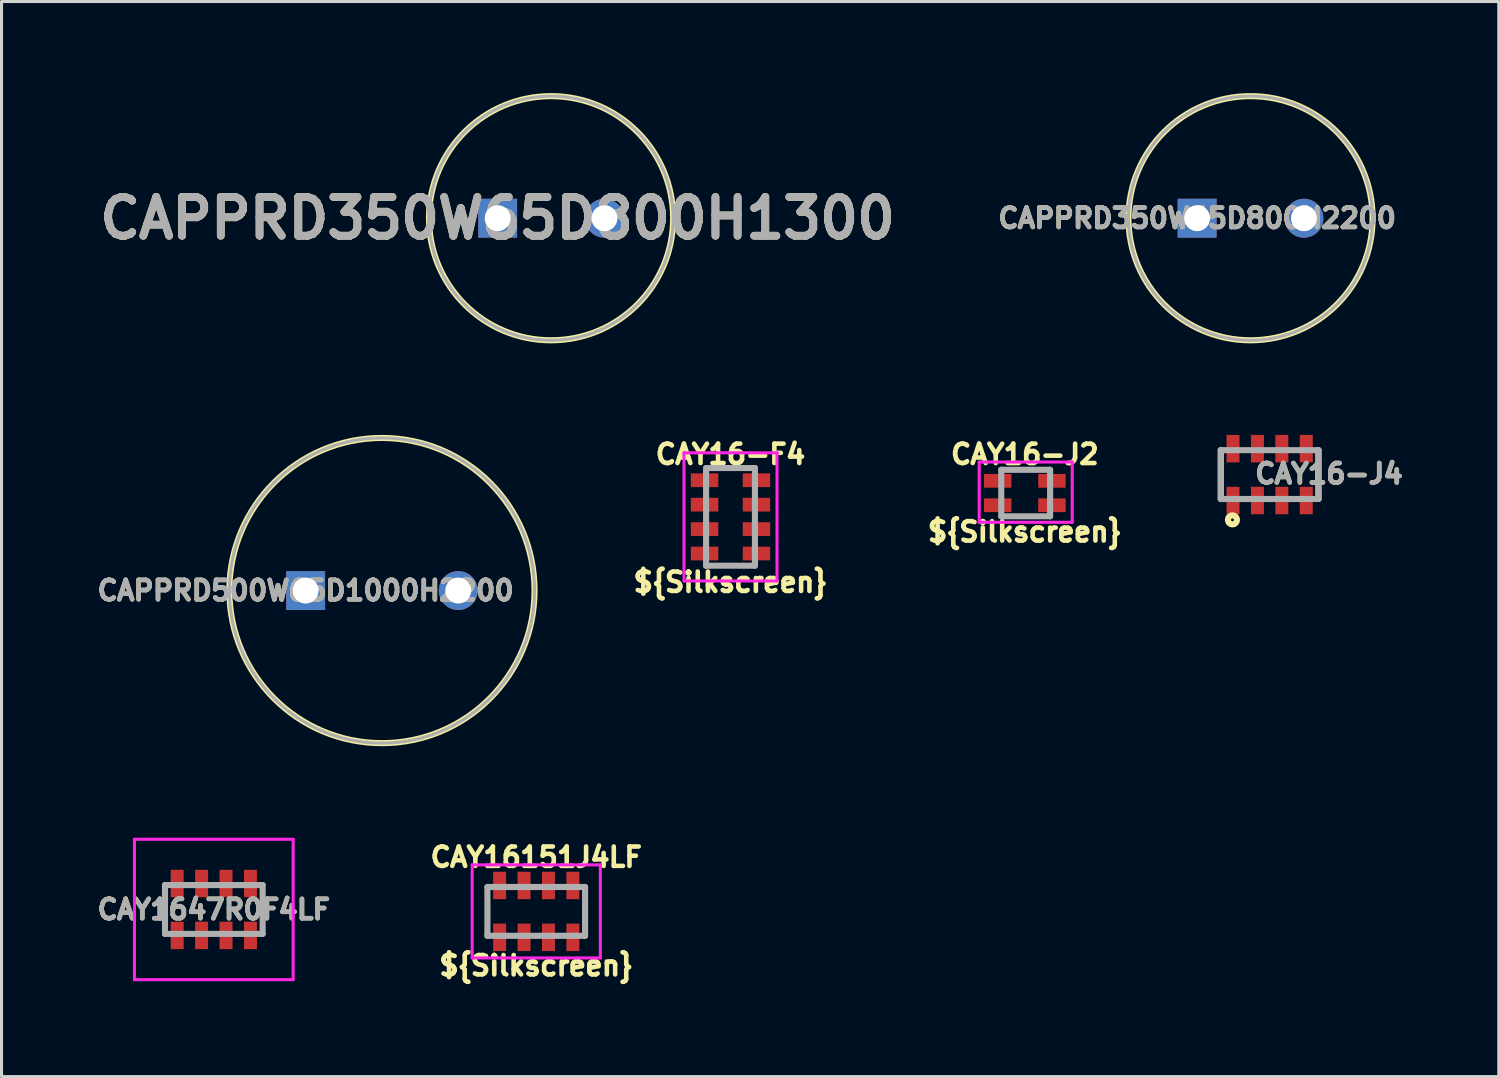
<source format=kicad_pcb>
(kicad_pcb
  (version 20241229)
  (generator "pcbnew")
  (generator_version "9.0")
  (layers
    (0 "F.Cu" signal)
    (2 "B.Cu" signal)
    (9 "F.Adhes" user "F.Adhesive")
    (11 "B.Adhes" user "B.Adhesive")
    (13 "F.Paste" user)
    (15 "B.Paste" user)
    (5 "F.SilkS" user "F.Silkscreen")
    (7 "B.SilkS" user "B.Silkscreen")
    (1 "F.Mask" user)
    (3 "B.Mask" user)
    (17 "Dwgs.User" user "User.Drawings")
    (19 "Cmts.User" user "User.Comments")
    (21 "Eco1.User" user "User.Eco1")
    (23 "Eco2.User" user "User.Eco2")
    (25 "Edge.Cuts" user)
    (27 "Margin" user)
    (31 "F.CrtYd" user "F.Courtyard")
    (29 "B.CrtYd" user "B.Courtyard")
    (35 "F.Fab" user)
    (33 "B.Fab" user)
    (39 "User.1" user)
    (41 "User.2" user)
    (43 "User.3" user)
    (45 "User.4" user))
  (footprint "CAPPRD500W65D1000H2200"
    (layer "F.Cu")
    (at 6.965 16.3)
    (property "Reference" "CAPPRD500W65D1000H2200" (at 0 0 0) (layer "F.SilkS") (effects (font (size 0.635 0.635) (thickness 0.15))))
    (attr through_hole)
    (fp_circle (center 2.5 0) (end 2.5 5) (stroke (width 0.2) (type solid)) (fill no) (layer "F.SilkS"))
    (fp_circle (center 2.5 0) (end 2.5 5) (stroke (width 0.1) (type solid)) (fill no) (layer "F.Fab"))
    (fp_text user "${REFERENCE}" (at 0 0 0) (layer "F.Fab") (effects (font (size 0.635 0.635) (thickness 0.15))))
    (pad "1" thru_hole rect (at 0 0) (size 1.275 1.275) (drill 0.85) (layers "*.Cu" "*.Mask"))
    (pad "2" thru_hole circle (at 5 0) (size 1.275 1.275) (drill 0.85) (layers "*.Cu" "*.Mask")))
  (footprint "CAY1647R0F4LF"
    (layer "F.Cu")
    (at 3.956 26.75)
    (property "Reference" "CAY1647R0F4LF" (at 0 0 0) (layer "F.SilkS") (effects (font (size 0.635 0.635) (thickness 0.15))))
    (attr smd)
    (fp_line (start -1.6 -0.85) (end -1.6 0.8) (stroke (width 0.1) (type solid)) (layer "F.SilkS"))
    (fp_line (start 1.6 -0.85) (end 1.6 0.8) (stroke (width 0.1) (type solid)) (layer "F.SilkS"))
    (fp_line (start -2.6 -2.3) (end 2.6 -2.3) (stroke (width 0.1) (type solid)) (layer "F.CrtYd"))
    (fp_line (start -2.6 2.3) (end -2.6 -2.3) (stroke (width 0.1) (type solid)) (layer "F.CrtYd"))
    (fp_line (start 2.6 -2.3) (end 2.6 2.3) (stroke (width 0.1) (type solid)) (layer "F.CrtYd"))
    (fp_line (start 2.6 2.3) (end -2.6 2.3) (stroke (width 0.1) (type solid)) (layer "F.CrtYd"))
    (fp_line (start -1.6 -0.8) (end 1.6 -0.8) (stroke (width 0.2) (type solid)) (layer "F.Fab"))
    (fp_line (start -1.6 0.8) (end -1.6 -0.8) (stroke (width 0.2) (type solid)) (layer "F.Fab"))
    (fp_line (start 1.6 -0.8) (end 1.6 0.8) (stroke (width 0.2) (type solid)) (layer "F.Fab"))
    (fp_line (start 1.6 0.8) (end -1.6 0.8) (stroke (width 0.2) (type solid)) (layer "F.Fab"))
    (fp_text user "${REFERENCE}" (at 0 0 0) (layer "F.Fab") (effects (font (size 0.635 0.635) (thickness 0.15))))
    (pad "1" smd rect (at -1.2 0.85) (size 0.425 0.9) (layers "F.Cu" "F.Mask" "F.Paste"))
    (pad "2" smd rect (at -0.4 0.85) (size 0.425 0.9) (layers "F.Cu" "F.Mask" "F.Paste"))
    (pad "3" smd rect (at 0.4 0.85) (size 0.425 0.9) (layers "F.Cu" "F.Mask" "F.Paste"))
    (pad "4" smd rect (at 1.2 0.85) (size 0.425 0.9) (layers "F.Cu" "F.Mask" "F.Paste"))
    (pad "5" smd rect (at 1.2 -0.85) (size 0.425 0.9) (layers "F.Cu" "F.Mask" "F.Paste"))
    (pad "6" smd rect (at 0.4 -0.85) (size 0.425 0.9) (layers "F.Cu" "F.Mask" "F.Paste"))
    (pad "7" smd rect (at -0.4 -0.85) (size 0.425 0.9) (layers "F.Cu" "F.Mask" "F.Paste"))
    (pad "8" smd rect (at -1.2 -0.85) (size 0.425 0.9) (layers "F.Cu" "F.Mask" "F.Paste")))
  (footprint "CAY16-F4"
    (layer "F.Cu")
    (at 20.886 13.867)
    (property "Reference" "CAY16-F4" (at 0 -2.032 180) (layer "F.SilkS") (effects (font (size 0.635 0.635) (thickness 0.15))))
    (attr smd)
    (fp_line (start -0.3 -1.581) (end 0.3 -1.581) (stroke (width 0.1) (type solid)) (layer "F.SilkS"))
    (fp_line (start -0.3 1.619) (end 0.3 1.619) (stroke (width 0.1) (type solid)) (layer "F.SilkS"))
    (fp_line (start -1.524 -2.081) (end 1.524 -2.081) (stroke (width 0.1) (type solid)) (layer "F.CrtYd"))
    (fp_line (start -1.524 2.119) (end -1.524 -2.081) (stroke (width 0.1) (type solid)) (layer "F.CrtYd"))
    (fp_line (start 1.524 -2.081) (end 1.524 2.119) (stroke (width 0.1) (type solid)) (layer "F.CrtYd"))
    (fp_line (start 1.524 2.119) (end -1.524 2.119) (stroke (width 0.1) (type solid)) (layer "F.CrtYd"))
    (fp_line (start -0.8 -1.581) (end 0.8 -1.581) (stroke (width 0.2) (type solid)) (layer "F.Fab"))
    (fp_line (start -0.8 1.619) (end -0.8 -1.581) (stroke (width 0.2) (type solid)) (layer "F.Fab"))
    (fp_line (start 0.8 -1.581) (end 0.8 1.619) (stroke (width 0.2) (type solid)) (layer "F.Fab"))
    (fp_line (start 0.8 1.619) (end -0.8 1.619) (stroke (width 0.2) (type solid)) (layer "F.Fab"))
    (fp_text user "${Silkscreen}" (at 0 2.159 180) (layer "F.SilkS") (effects (font (size 0.635 0.635) (thickness 0.15))))
    (pad "1" smd rect (at 0.85 1.219 90) (size 0.45 0.9) (layers "F.Cu" "F.Mask" "F.Paste"))
    (pad "2" smd rect (at 0.85 0.419 90) (size 0.45 0.9) (layers "F.Cu" "F.Mask" "F.Paste"))
    (pad "3" smd rect (at 0.85 -0.381 90) (size 0.45 0.9) (layers "F.Cu" "F.Mask" "F.Paste"))
    (pad "4" smd rect (at 0.85 -1.181 90) (size 0.45 0.9) (layers "F.Cu" "F.Mask" "F.Paste"))
    (pad "5" smd rect (at -0.85 -1.181 90) (size 0.45 0.9) (layers "F.Cu" "F.Mask" "F.Paste"))
    (pad "6" smd rect (at -0.85 -0.381 90) (size 0.45 0.9) (layers "F.Cu" "F.Mask" "F.Paste"))
    (pad "7" smd rect (at -0.85 0.419 90) (size 0.45 0.9) (layers "F.Cu" "F.Mask" "F.Paste"))
    (pad "8" smd rect (at -0.85 1.219 90) (size 0.45 0.9) (layers "F.Cu" "F.Mask" "F.Paste")))
  (footprint "CAY16151J4LF"
    (layer "F.Cu")
    (at 14.521 26.813)
    (property "Reference" "CAY16151J4LF" (at 0 -1.778 0) (layer "F.SilkS") (effects (font (size 0.635 0.635) (thickness 0.15))))
    (attr smd)
    (fp_line (start -1.6 -0.3) (end -1.6 0.3) (stroke (width 0.1) (type solid)) (layer "F.SilkS"))
    (fp_line (start 1.6 -0.3) (end 1.6 0.3) (stroke (width 0.1) (type solid)) (layer "F.SilkS"))
    (fp_line (start -2.1 -1.524) (end 2.1 -1.524) (stroke (width 0.1) (type solid)) (layer "F.CrtYd"))
    (fp_line (start -2.1 1.524) (end -2.1 -1.524) (stroke (width 0.1) (type solid)) (layer "F.CrtYd"))
    (fp_line (start 2.1 -1.524) (end 2.1 1.524) (stroke (width 0.1) (type solid)) (layer "F.CrtYd"))
    (fp_line (start 2.1 1.524) (end -2.1 1.524) (stroke (width 0.1) (type solid)) (layer "F.CrtYd"))
    (fp_line (start -1.6 -0.8) (end 1.6 -0.8) (stroke (width 0.2) (type solid)) (layer "F.Fab"))
    (fp_line (start -1.6 0.8) (end -1.6 -0.8) (stroke (width 0.2) (type solid)) (layer "F.Fab"))
    (fp_line (start 1.6 -0.8) (end 1.6 0.8) (stroke (width 0.2) (type solid)) (layer "F.Fab"))
    (fp_line (start 1.6 0.8) (end -1.6 0.8) (stroke (width 0.2) (type solid)) (layer "F.Fab"))
    (fp_text user "${Silkscreen}" (at 0 1.778 0) (layer "F.SilkS") (effects (font (size 0.635 0.635) (thickness 0.15))))
    (pad "1" smd rect (at -1.2 0.85) (size 0.425 0.9) (layers "F.Cu" "F.Mask" "F.Paste"))
    (pad "2" smd rect (at -0.4 0.85) (size 0.425 0.9) (layers "F.Cu" "F.Mask" "F.Paste"))
    (pad "3" smd rect (at 0.4 0.85) (size 0.425 0.9) (layers "F.Cu" "F.Mask" "F.Paste"))
    (pad "4" smd rect (at 1.2 0.85) (size 0.425 0.9) (layers "F.Cu" "F.Mask" "F.Paste"))
    (pad "5" smd rect (at 1.2 -0.85) (size 0.425 0.9) (layers "F.Cu" "F.Mask" "F.Paste"))
    (pad "6" smd rect (at 0.4 -0.85) (size 0.425 0.9) (layers "F.Cu" "F.Mask" "F.Paste"))
    (pad "7" smd rect (at -0.4 -0.85) (size 0.425 0.9) (layers "F.Cu" "F.Mask" "F.Paste"))
    (pad "8" smd rect (at -1.2 -0.85) (size 0.425 0.9) (layers "F.Cu" "F.Mask" "F.Paste")))
  (footprint "CAPPRD350W65D800H1300"
    (layer "F.Cu")
    (at 13.256 4.1)
    (property "Reference" "CAPPRD350W65D800H1300" (at 0 0 0) (layer "F.SilkS") (effects (font (size 1.27 1.27) (thickness 0.254))))
    (attr through_hole)
    (fp_circle (center 1.75 0) (end 1.75 4) (stroke (width 0.2) (type solid)) (fill no) (layer "F.SilkS"))
    (fp_circle (center 1.75 0) (end 1.75 4) (stroke (width 0.1) (type solid)) (fill no) (layer "F.Fab"))
    (fp_text user "${REFERENCE}" (at 0 0 0) (layer "F.Fab") (effects (font (size 1.27 1.27) (thickness 0.254))))
    (pad "1" thru_hole rect (at 0 0) (size 1.275 1.275) (drill 0.85) (layers "*.Cu" "*.Mask"))
    (pad "2" thru_hole circle (at 3.5 0) (size 1.275 1.275) (drill 0.85) (layers "*.Cu" "*.Mask")))
  (footprint "CAY16-J4"
    (layer "F.Cu")
    (at 38.551 12.5)
    (property "Reference" "CAY16-J4" (at 1.943 -0.029 0) (layer "F.SilkS") (effects (font (size 0.635 0.635) (thickness 0.15))))
    (attr smd)
    (fp_line (start -1.6 -0.8) (end -1.6 0.8) (stroke (width 0.2) (type solid)) (layer "F.SilkS"))
    (fp_line (start 1.6 -0.8) (end 1.6 0.8) (stroke (width 0.2) (type solid)) (layer "F.SilkS"))
    (fp_circle (center -1.219 1.484) (end -1.219 1.531) (stroke (width 0.2) (type solid)) (fill no) (layer "F.SilkS"))
    (fp_line (start -1.6 -0.8) (end 1.6 -0.8) (stroke (width 0.2) (type solid)) (layer "F.Fab"))
    (fp_line (start -1.6 0.8) (end -1.6 -0.8) (stroke (width 0.2) (type solid)) (layer "F.Fab"))
    (fp_line (start 1.6 -0.8) (end 1.6 0.8) (stroke (width 0.2) (type solid)) (layer "F.Fab"))
    (fp_line (start 1.6 0.8) (end -1.6 0.8) (stroke (width 0.2) (type solid)) (layer "F.Fab"))
    (fp_text user "${REFERENCE}" (at 1.943 -0.029 0) (layer "F.Fab") (effects (font (size 0.635 0.635) (thickness 0.15))))
    (pad "1" smd rect (at -1.2 0.85) (size 0.425 0.9) (layers "F.Cu" "F.Mask" "F.Paste"))
    (pad "2" smd rect (at -1.2 -0.85) (size 0.425 0.9) (layers "F.Cu" "F.Mask" "F.Paste"))
    (pad "3" smd rect (at -0.4 0.85) (size 0.425 0.9) (layers "F.Cu" "F.Mask" "F.Paste"))
    (pad "4" smd rect (at -0.4 -0.85) (size 0.425 0.9) (layers "F.Cu" "F.Mask" "F.Paste"))
    (pad "5" smd rect (at 0.4 0.85) (size 0.425 0.9) (layers "F.Cu" "F.Mask" "F.Paste"))
    (pad "6" smd rect (at 0.4 -0.85) (size 0.425 0.9) (layers "F.Cu" "F.Mask" "F.Paste"))
    (pad "7" smd rect (at 1.2 0.85) (size 0.425 0.9) (layers "F.Cu" "F.Mask" "F.Paste"))
    (pad "8" smd rect (at 1.2 -0.85) (size 0.425 0.9) (layers "F.Cu" "F.Mask" "F.Paste")))
  (footprint "CAPPRD350W65D800H2200"
    (layer "F.Cu")
    (at 36.175 4.1)
    (property "Reference" "CAPPRD350W65D800H2200" (at 0 0 0) (layer "F.SilkS") (effects (font (size 0.635 0.635) (thickness 0.15))))
    (attr through_hole)
    (fp_circle (center 1.75 0) (end 1.75 4) (stroke (width 0.2) (type solid)) (fill no) (layer "F.SilkS"))
    (fp_circle (center 1.75 0) (end 1.75 4) (stroke (width 0.1) (type solid)) (fill no) (layer "F.Fab"))
    (fp_text user "${REFERENCE}" (at 0 0 0) (layer "F.Fab") (effects (font (size 0.635 0.635) (thickness 0.15))))
    (pad "1" thru_hole rect (at 0 0) (size 1.275 1.275) (drill 0.85) (layers "*.Cu" "*.Mask"))
    (pad "2" thru_hole circle (at 3.5 0) (size 1.275 1.275) (drill 0.85) (layers "*.Cu" "*.Mask")))
  (footprint "CAY16-J2"
    (layer "F.Cu")
    (at 30.529 13.105)
    (property "Reference" "CAY16-J2" (at 0 -1.27 180) (layer "F.SilkS") (effects (font (size 0.635 0.635) (thickness 0.15))))
    (attr smd)
    (fp_line (start -0.271 -0.762) (end 0.329 -0.762) (stroke (width 0.1) (type solid)) (layer "F.SilkS"))
    (fp_line (start -0.254 0.762) (end 0.346 0.762) (stroke (width 0.1) (type solid)) (layer "F.SilkS"))
    (fp_line (start -1.495 -1.016) (end 1.553 -1.016) (stroke (width 0.1) (type solid)) (layer "F.CrtYd"))
    (fp_line (start -1.495 0.957) (end -1.495 -1.016) (stroke (width 0.1) (type solid)) (layer "F.CrtYd"))
    (fp_line (start 1.553 -1.016) (end 1.553 0.957) (stroke (width 0.1) (type solid)) (layer "F.CrtYd"))
    (fp_line (start 1.553 0.957) (end -1.495 0.957) (stroke (width 0.1) (type solid)) (layer "F.CrtYd"))
    (fp_line (start -0.771 -0.762) (end 0.829 -0.762) (stroke (width 0.2) (type solid)) (layer "F.Fab"))
    (fp_line (start -0.771 0.762) (end -0.771 -0.762) (stroke (width 0.2) (type solid)) (layer "F.Fab"))
    (fp_line (start 0.829 -0.762) (end 0.829 0.762) (stroke (width 0.2) (type solid)) (layer "F.Fab"))
    (fp_line (start 0.829 0.762) (end -0.771 0.762) (stroke (width 0.2) (type solid)) (layer "F.Fab"))
    (fp_text user "${Silkscreen}" (at 0 1.27 180) (layer "F.SilkS") (effects (font (size 0.635 0.635) (thickness 0.15))))
    (pad "1" smd rect (at 0.889 0.4 90) (size 0.45 0.9) (layers "F.Cu" "F.Mask" "F.Paste"))
    (pad "2" smd rect (at 0.889 -0.4 90) (size 0.45 0.9) (layers "F.Cu" "F.Mask" "F.Paste"))
    (pad "3" smd rect (at -0.889 -0.4 90) (size 0.45 0.9) (layers "F.Cu" "F.Mask" "F.Paste"))
    (pad "4" smd rect (at -0.889 0.4 90) (size 0.45 0.9) (layers "F.Cu" "F.Mask" "F.Paste")))
  (gr_rect
    (start -3 -3)
    (end 46.059 32.225)
    (stroke (width 0.1) (type default))
    (fill no)
    (layer "Edge.Cuts")))
</source>
